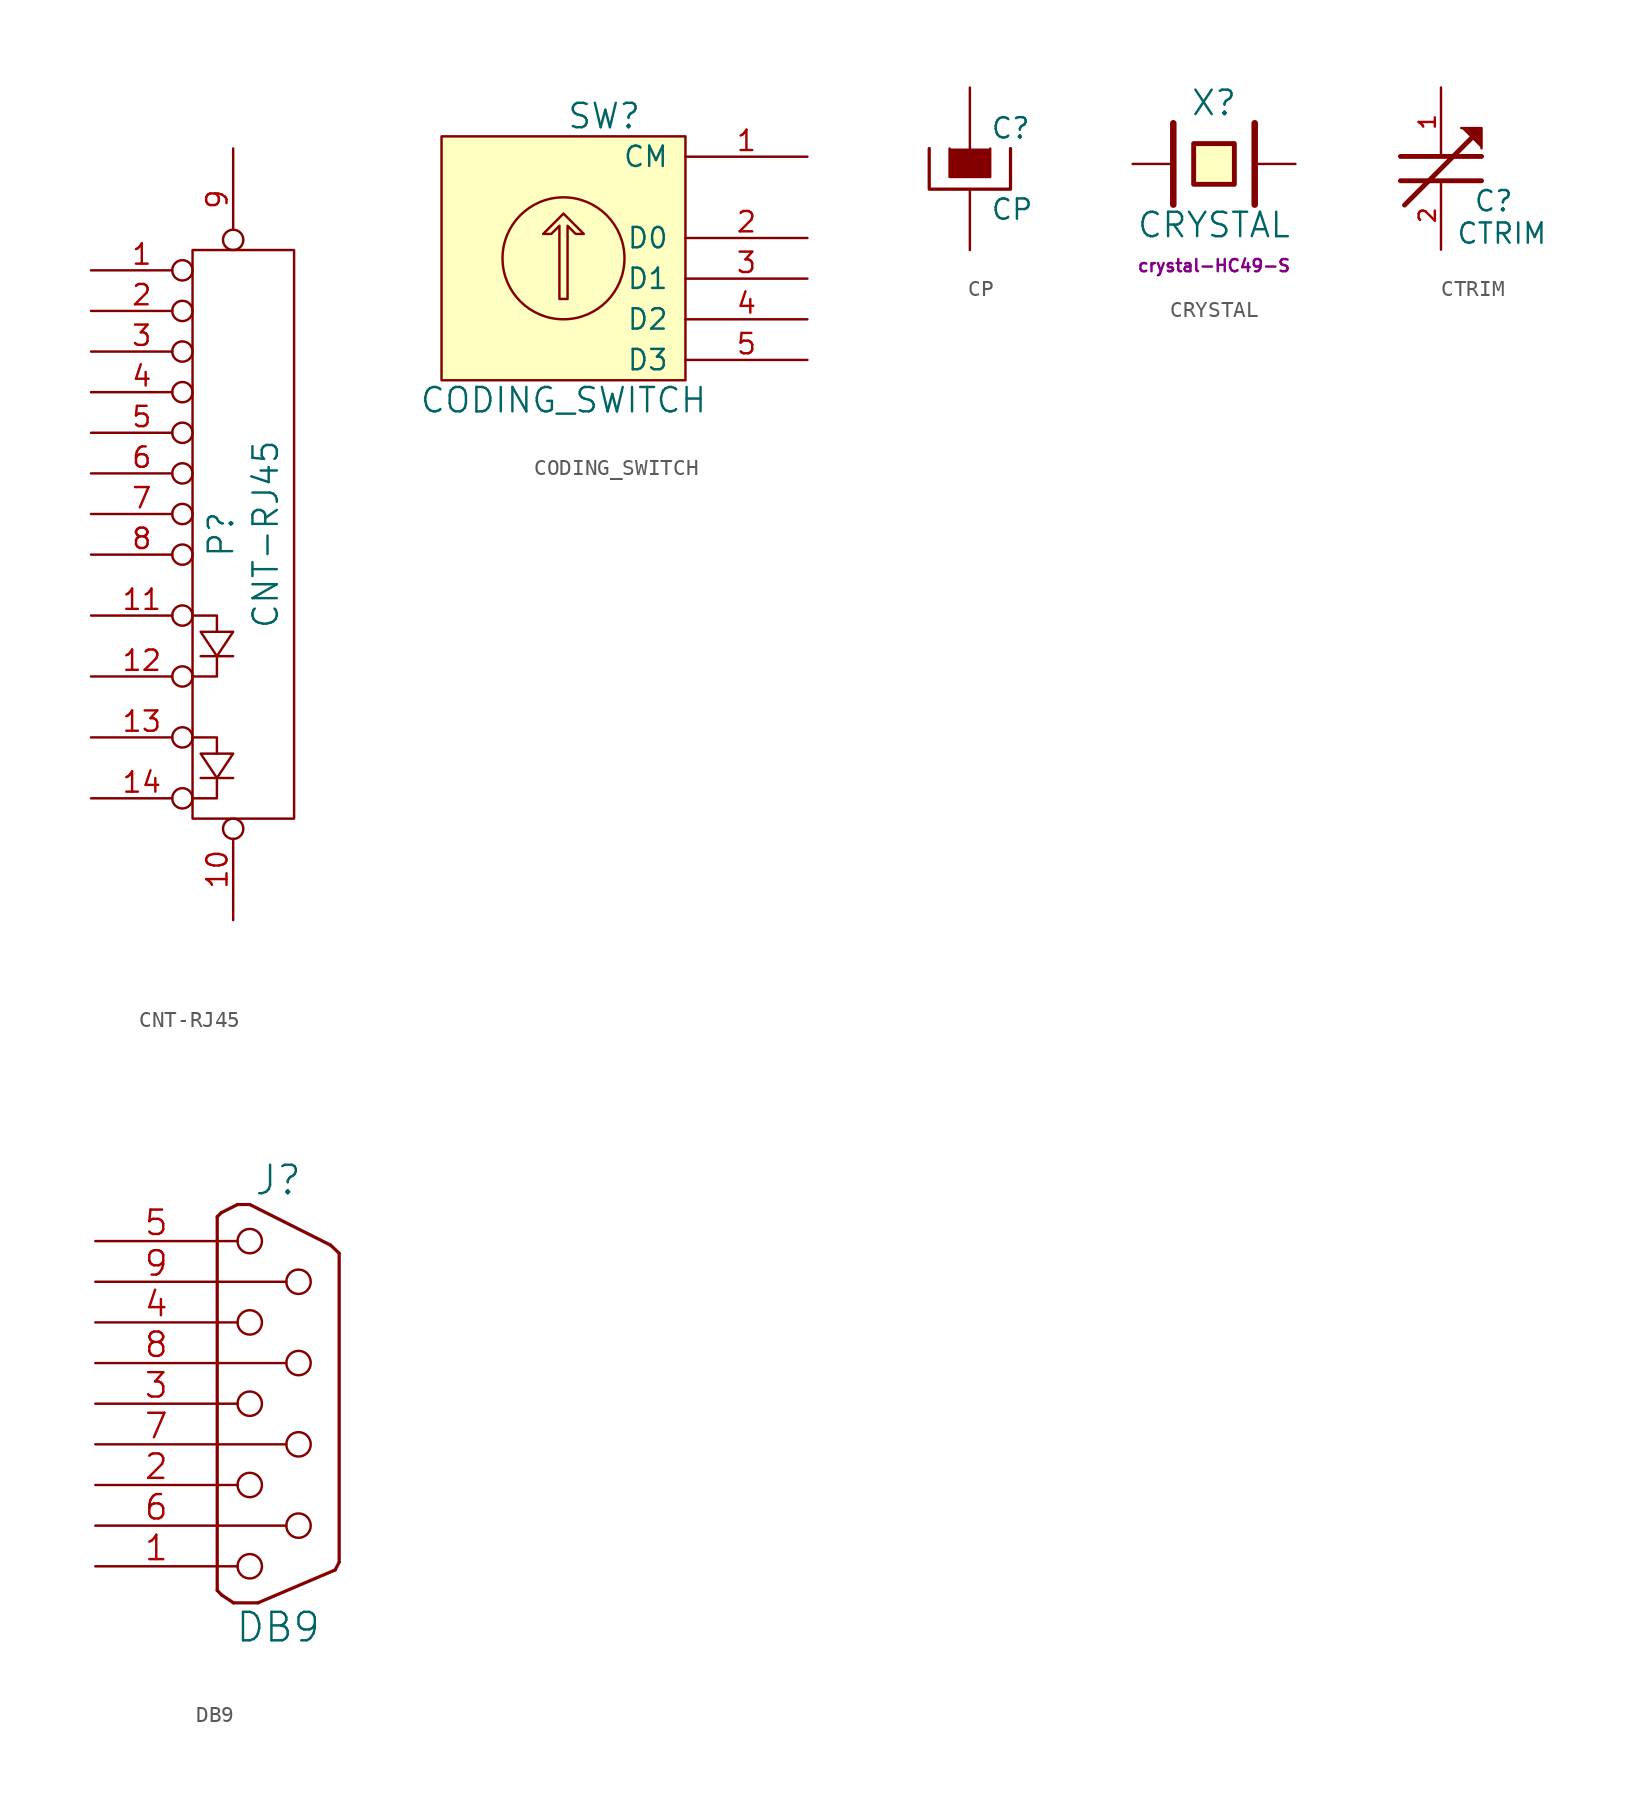
<source format=kicad_sym>
(kicad_symbol_lib
  (version 20220914)
  (generator kicad_symbol_editor)
  (symbol "CNT-RJ45"
    (pin_names
      (offset 1.016) hide)
    (property "Reference" "P"
      (at -0.762 0 90)
      (effects (font (size 1.524 1.524))))
    (property "Value" "CNT-RJ45"
      (at 2.032 0 90)
      (effects (font (size 1.524 1.524))))
    (property "Footprint" ""
      (at 0 0 0)
      (effects (font (size 1.524 1.524))))
    (property "Datasheet" ""
      (at 0 0 0)
      (effects (font (size 1.524 1.524))))
    (symbol "CNT-RJ45_0_1"
      (rectangle (start -2.54 17.78) (end 3.81 -17.78) (stroke (width 0) (type default)) (fill (type none)))
      (polyline (pts (xy -2.032 -15.24) (xy 0 -15.24) (xy 0 -15.24)) (stroke (width 0) (type default)) (fill (type none)))
      (polyline (pts (xy -2.032 -7.62) (xy 0 -7.62) (xy 0 -7.62)) (stroke (width 0) (type default)) (fill (type none)))
      (polyline (pts (xy -2.54 -16.51) (xy -1.016 -16.51) (xy -1.016 -15.24) (xy -1.016 -15.24)) (stroke (width 0) (type default)) (fill (type none)))
      (polyline (pts (xy -2.54 -12.7) (xy -1.016 -12.7) (xy -1.016 -13.716) (xy -1.016 -13.716)) (stroke (width 0) (type default)) (fill (type none)))
      (polyline (pts (xy -2.54 -8.89) (xy -1.016 -8.89) (xy -1.016 -7.62) (xy -1.016 -7.62)) (stroke (width 0) (type default)) (fill (type none)))
      (polyline (pts (xy -2.54 -5.08) (xy -1.016 -5.08) (xy -1.016 -6.096) (xy -1.016 -6.096)) (stroke (width 0) (type default)) (fill (type none)))
      (polyline (pts (xy -2.032 -13.716) (xy 0 -13.716) (xy -1.016 -15.24) (xy -2.032 -13.716) (xy -2.032 -13.716)) (stroke (width 0) (type default)) (fill (type none)))
      (polyline (pts (xy -2.032 -6.096) (xy 0 -6.096) (xy -1.016 -7.62) (xy -2.032 -6.096) (xy -2.032 -6.096)) (stroke (width 0) (type default)) (fill (type none))))
    (symbol "CNT-RJ45_1_1"
      (pin passive inverted (at -8.89 16.51 0) (length 6.35) (name "P1" (effects (font (size 1.27 1.27)))) (number "1" (effects (font (size 1.27 1.27)))))
      (pin passive inverted (at 0 -24.13 90) (length 6.35) (name "P10" (effects (font (size 1.27 1.27)))) (number "10" (effects (font (size 1.27 1.27)))))
      (pin passive inverted (at -8.89 -5.08 0) (length 6.35) (name "P11" (effects (font (size 1.27 1.27)))) (number "11" (effects (font (size 1.27 1.27)))))
      (pin passive inverted (at -8.89 -8.89 0) (length 6.35) (name "P12" (effects (font (size 1.27 1.27)))) (number "12" (effects (font (size 1.27 1.27)))))
      (pin passive inverted (at -8.89 -12.7 0) (length 6.35) (name "P13" (effects (font (size 1.27 1.27)))) (number "13" (effects (font (size 1.27 1.27)))))
      (pin passive inverted (at -8.89 -16.51 0) (length 6.35) (name "P14" (effects (font (size 1.27 1.27)))) (number "14" (effects (font (size 1.27 1.27)))))
      (pin passive inverted (at -8.89 13.97 0) (length 6.35) (name "P2" (effects (font (size 1.27 1.27)))) (number "2" (effects (font (size 1.27 1.27)))))
      (pin passive inverted (at -8.89 11.43 0) (length 6.35) (name "P3" (effects (font (size 1.27 1.27)))) (number "3" (effects (font (size 1.27 1.27)))))
      (pin passive inverted (at -8.89 8.89 0) (length 6.35) (name "P4" (effects (font (size 1.27 1.27)))) (number "4" (effects (font (size 1.27 1.27)))))
      (pin passive inverted (at -8.89 6.35 0) (length 6.35) (name "P5" (effects (font (size 1.27 1.27)))) (number "5" (effects (font (size 1.27 1.27)))))
      (pin passive inverted (at -8.89 3.81 0) (length 6.35) (name "P6" (effects (font (size 1.27 1.27)))) (number "6" (effects (font (size 1.27 1.27)))))
      (pin passive inverted (at -8.89 1.27 0) (length 6.35) (name "P7" (effects (font (size 1.27 1.27)))) (number "7" (effects (font (size 1.27 1.27)))))
      (pin passive inverted (at -8.89 -1.27 0) (length 6.35) (name "P8" (effects (font (size 1.27 1.27)))) (number "8" (effects (font (size 1.27 1.27)))))
      (pin passive inverted (at 0 24.13 270) (length 6.35) (name "P9" (effects (font (size 1.27 1.27)))) (number "9" (effects (font (size 1.27 1.27)))))))
  (symbol "CODING_SWITCH"
    (pin_names
      (offset 1.016))
    (property "Reference" "SW"
      (at 2.54 8.89 0)
      (effects (font (size 1.524 1.524))))
    (property "Value" "CODING_SWITCH"
      (at 0 -8.865 0)
      (effects (font (size 1.524 1.524))))
    (property "Footprint" ""
      (at 0 0 0)
      (effects (font (size 1.524 1.524))))
    (property "Datasheet" ""
      (at 0 0 0)
      (effects (font (size 1.524 1.524))))
    (symbol "CODING_SWITCH_0_1"
      (polyline (pts (xy -0.254 -2.54) (xy -0.254 2.032) (xy -0.762 1.524) (xy -1.27 1.524) (xy 0 2.794) (xy 1.27 1.524) (xy 0.762 1.524) (xy 0.254 2.032) (xy 0.254 -2.54) (xy -0.254 -2.54) (xy -0.254 -2.54)) (stroke (width 0) (type default)) (fill (type none)))
      (circle (center 0 0) (radius 3.81) (stroke (width 0) (type default)) (fill (type none)))
      (rectangle (start 7.62 7.62) (end -7.62 -7.62) (stroke (width 0) (type default)) (fill (type background))))
    (symbol "CODING_SWITCH_1_1"
      (pin passive line (at 15.24 6.35 180) (length 7.62) (name "CM" (effects (font (size 1.27 1.27)))) (number "1" (effects (font (size 1.27 1.27)))))
      (pin passive line (at 15.24 1.27 180) (length 7.62) (name "D0" (effects (font (size 1.27 1.27)))) (number "2" (effects (font (size 1.27 1.27)))))
      (pin passive line (at 15.24 -1.27 180) (length 7.62) (name "D1" (effects (font (size 1.27 1.27)))) (number "3" (effects (font (size 1.27 1.27)))))
      (pin passive line (at 15.24 -3.81 180) (length 7.62) (name "D2" (effects (font (size 1.27 1.27)))) (number "4" (effects (font (size 1.27 1.27)))))
      (pin passive line (at 15.24 -6.35 180) (length 7.62) (name "D3" (effects (font (size 1.27 1.27)))) (number "5" (effects (font (size 1.27 1.27)))))))
  (symbol "CP"
    (pin_numbers hide)
    (pin_names
      (offset 0.254) hide)
    (property "Reference" "C"
      (at 1.27 2.54 0)
      (effects (font (size 1.27 1.27)) (justify left)))
    (property "Value" "CP"
      (at 1.27 -2.54 0)
      (effects (font (size 1.27 1.27)) (justify left)))
    (property "Footprint" ""
      (at 0 0 0)
      (effects (font (size 1.524 1.524))))
    (property "Datasheet" ""
      (at 0 0 0)
      (effects (font (size 1.524 1.524))))
    (symbol "CP_0_1"
      (polyline (pts (xy -2.54 1.27) (xy -2.54 -1.27) (xy 2.54 -1.27) (xy 2.54 1.27)) (stroke (width 0.203) (type default)) (fill (type none)))
      (polyline (pts (xy -1.27 1.27) (xy -1.27 -0.508) (xy 1.27 -0.508) (xy 1.27 1.27)) (stroke (width 0) (type default)) (fill (type outline))))
    (symbol "CP_1_1"
      (pin passive line (at 0 5.08 270) (length 3.81) (name "~" (effects (font (size 1.016 1.016)))) (number "1" (effects (font (size 1.016 1.016)))))
      (pin passive line (at 0 -5.08 90) (length 3.81) (name "~" (effects (font (size 1.016 1.016)))) (number "2" (effects (font (size 1.016 1.016)))))))
  (symbol "CRYSTAL"
    (pin_numbers hide)
    (pin_names
      (offset 1.016) hide)
    (property "Reference" "X"
      (at 0 3.81 0)
      (effects (font (size 1.524 1.524))))
    (property "Value" "CRYSTAL"
      (at 0 -3.81 0)
      (effects (font (size 1.524 1.524))))
    (property "Footprint" "crystal-HC49-S"
      (at 0 -6.35 0)
      (effects (font (size 0.762 0.762))))
    (property "Datasheet" ""
      (at 0 0 0)
      (effects (font (size 1.524 1.524))))
    (symbol "CRYSTAL_0_1"
      (polyline (pts (xy -2.54 2.54) (xy -2.54 -2.54)) (stroke (width 0.406) (type default)) (fill (type none)))
      (polyline (pts (xy 2.54 2.54) (xy 2.54 -2.54)) (stroke (width 0.406) (type default)) (fill (type none)))
      (polyline (pts (xy -1.27 1.27) (xy 1.27 1.27) (xy 1.27 -1.27) (xy -1.27 -1.27) (xy -1.27 1.27)) (stroke (width 0.305) (type default)) (fill (type background))))
    (symbol "CRYSTAL_1_1"
      (pin passive line (at -5.08 0 0) (length 2.54) (name "1" (effects (font (size 1.016 1.016)))) (number "1" (effects (font (size 1.016 1.016)))))
      (pin passive line (at 5.08 0 180) (length 2.54) (name "2" (effects (font (size 1.016 1.016)))) (number "2" (effects (font (size 1.016 1.016)))))))
  (symbol "CTRIM"
    (pin_names
      (offset 0.254))
    (property "Reference" "C"
      (at 3.302 -2.032 0)
      (effects (font (size 1.27 1.27))))
    (property "Value" "CTRIM"
      (at 3.81 -4.064 0)
      (effects (font (size 1.27 1.27))))
    (property "Footprint" ""
      (at 0 0 0)
      (effects (font (size 1.524 1.524))))
    (property "Datasheet" ""
      (at 0 0 0)
      (effects (font (size 1.524 1.524))))
    (symbol "CTRIM_0_1"
      (polyline (pts (xy -2.54 -0.762) (xy 2.54 -0.762)) (stroke (width 0.305) (type default)) (fill (type none)))
      (polyline (pts (xy -2.54 0.762) (xy 2.54 0.762)) (stroke (width 0.305) (type default)) (fill (type none)))
      (polyline (pts (xy -2.286 -2.286) (xy 1.905 1.905)) (stroke (width 0.305) (type default)) (fill (type none)))
      (polyline (pts (xy 1.27 2.54) (xy 2.54 2.54) (xy 2.54 1.27)) (stroke (width 0) (type default)) (fill (type outline))))
    (symbol "CTRIM_1_1"
      (pin passive line (at 0 5.08 270) (length 4.318) (name "~" (effects (font (size 1.016 1.016)))) (number "1" (effects (font (size 1.016 1.016)))))
      (pin passive line (at 0 -5.08 90) (length 4.318) (name "~" (effects (font (size 1.016 1.016)))) (number "2" (effects (font (size 1.016 1.016)))))))
  (symbol "DB9"
    (pin_names
      (offset 1.016) hide)
    (property "Reference" "J"
      (at 0 13.97 0)
      (effects (font (size 1.778 1.778))))
    (property "Value" "DB9"
      (at 0 -13.97 0)
      (effects (font (size 1.778 1.778))))
    (property "Footprint" ""
      (at 0 0 0)
      (effects (font (size 1.524 1.524))))
    (property "Datasheet" ""
      (at 0 0 0)
      (effects (font (size 1.524 1.524))))
    (symbol "DB9_0_1"
      (circle (center -1.778 -10.16) (radius 0.762) (stroke (width 0) (type default)) (fill (type none)))
      (circle (center -1.778 -5.08) (radius 0.762) (stroke (width 0) (type default)) (fill (type none)))
      (circle (center -1.778 0) (radius 0.762) (stroke (width 0) (type default)) (fill (type none)))
      (circle (center -1.778 5.08) (radius 0.762) (stroke (width 0) (type default)) (fill (type none)))
      (circle (center -1.778 10.16) (radius 0.762) (stroke (width 0) (type default)) (fill (type none)))
      (polyline (pts (xy -3.81 -11.684) (xy -3.81 11.684)) (stroke (width 0.203) (type default)) (fill (type none)))
      (polyline (pts (xy -3.81 -11.659) (xy -3.556 -11.938)) (stroke (width 0.203) (type default)) (fill (type none)))
      (polyline (pts (xy -3.81 -10.16) (xy -2.54 -10.16)) (stroke (width 0) (type default)) (fill (type none)))
      (polyline (pts (xy -3.81 -7.62) (xy 0.508 -7.62)) (stroke (width 0) (type default)) (fill (type none)))
      (polyline (pts (xy -3.81 -5.08) (xy -2.54 -5.08)) (stroke (width 0) (type default)) (fill (type none)))
      (polyline (pts (xy -3.81 -2.54) (xy 0.508 -2.54)) (stroke (width 0) (type default)) (fill (type none)))
      (polyline (pts (xy -3.81 0) (xy -2.54 0)) (stroke (width 0) (type default)) (fill (type none)))
      (polyline (pts (xy -3.81 2.54) (xy 0.508 2.54)) (stroke (width 0) (type default)) (fill (type none)))
      (polyline (pts (xy -3.81 5.08) (xy -2.54 5.08)) (stroke (width 0) (type default)) (fill (type none)))
      (polyline (pts (xy -3.81 7.62) (xy 0.508 7.62)) (stroke (width 0) (type default)) (fill (type none)))
      (polyline (pts (xy -3.81 10.16) (xy -2.54 10.16)) (stroke (width 0) (type default)) (fill (type none)))
      (polyline (pts (xy -3.556 -11.938) (xy -2.794 -12.446)) (stroke (width 0.203) (type default)) (fill (type none)))
      (polyline (pts (xy -3.556 11.938) (xy -3.81 11.684)) (stroke (width 0.203) (type default)) (fill (type none)))
      (polyline (pts (xy -3.556 11.938) (xy -2.54 12.446)) (stroke (width 0.203) (type default)) (fill (type none)))
      (polyline (pts (xy -2.794 -12.446) (xy -1.27 -12.446)) (stroke (width 0.203) (type default)) (fill (type none)))
      (polyline (pts (xy -2.54 12.446) (xy -1.778 12.446)) (stroke (width 0.203) (type default)) (fill (type none)))
      (polyline (pts (xy 3.277 9.906) (xy -1.778 12.446)) (stroke (width 0.203) (type default)) (fill (type none)))
      (polyline (pts (xy 3.277 9.906) (xy 3.81 9.398)) (stroke (width 0.203) (type default)) (fill (type none)))
      (polyline (pts (xy 3.556 -10.389) (xy -1.27 -12.446)) (stroke (width 0.203) (type default)) (fill (type none)))
      (polyline (pts (xy 3.81 -9.906) (xy 3.556 -10.389)) (stroke (width 0.203) (type default)) (fill (type none)))
      (polyline (pts (xy 3.81 9.398) (xy 3.81 -9.906)) (stroke (width 0.203) (type default)) (fill (type none)))
      (circle (center 1.27 -7.62) (radius 0.762) (stroke (width 0) (type default)) (fill (type none)))
      (circle (center 1.27 -2.54) (radius 0.762) (stroke (width 0) (type default)) (fill (type none)))
      (circle (center 1.27 2.54) (radius 0.762) (stroke (width 0) (type default)) (fill (type none)))
      (circle (center 1.27 7.62) (radius 0.762) (stroke (width 0) (type default)) (fill (type none))))
    (symbol "DB9_1_1"
      (pin passive line (at -11.43 -10.16 0) (length 7.62) (name "1" (effects (font (size 1.524 1.524)))) (number "1" (effects (font (size 1.524 1.524)))))
      (pin passive line (at -11.43 -5.08 0) (length 7.62) (name "2" (effects (font (size 1.524 1.524)))) (number "2" (effects (font (size 1.524 1.524)))))
      (pin passive line (at -11.43 0 0) (length 7.62) (name "3" (effects (font (size 1.524 1.524)))) (number "3" (effects (font (size 1.524 1.524)))))
      (pin passive line (at -11.43 5.08 0) (length 7.62) (name "4" (effects (font (size 1.524 1.524)))) (number "4" (effects (font (size 1.524 1.524)))))
      (pin passive line (at -11.43 10.16 0) (length 7.62) (name "5" (effects (font (size 1.524 1.524)))) (number "5" (effects (font (size 1.524 1.524)))))
      (pin passive line (at -11.43 -7.62 0) (length 7.62) (name "P6" (effects (font (size 1.524 1.524)))) (number "6" (effects (font (size 1.524 1.524)))))
      (pin passive line (at -11.43 -2.54 0) (length 7.62) (name "P7" (effects (font (size 1.524 1.524)))) (number "7" (effects (font (size 1.524 1.524)))))
      (pin passive line (at -11.43 2.54 0) (length 7.62) (name "P8" (effects (font (size 1.524 1.524)))) (number "8" (effects (font (size 1.524 1.524)))))
      (pin passive line (at -11.43 7.62 0) (length 7.62) (name "P9" (effects (font (size 1.524 1.524)))) (number "9" (effects (font (size 1.524 1.524))))))))
</source>
